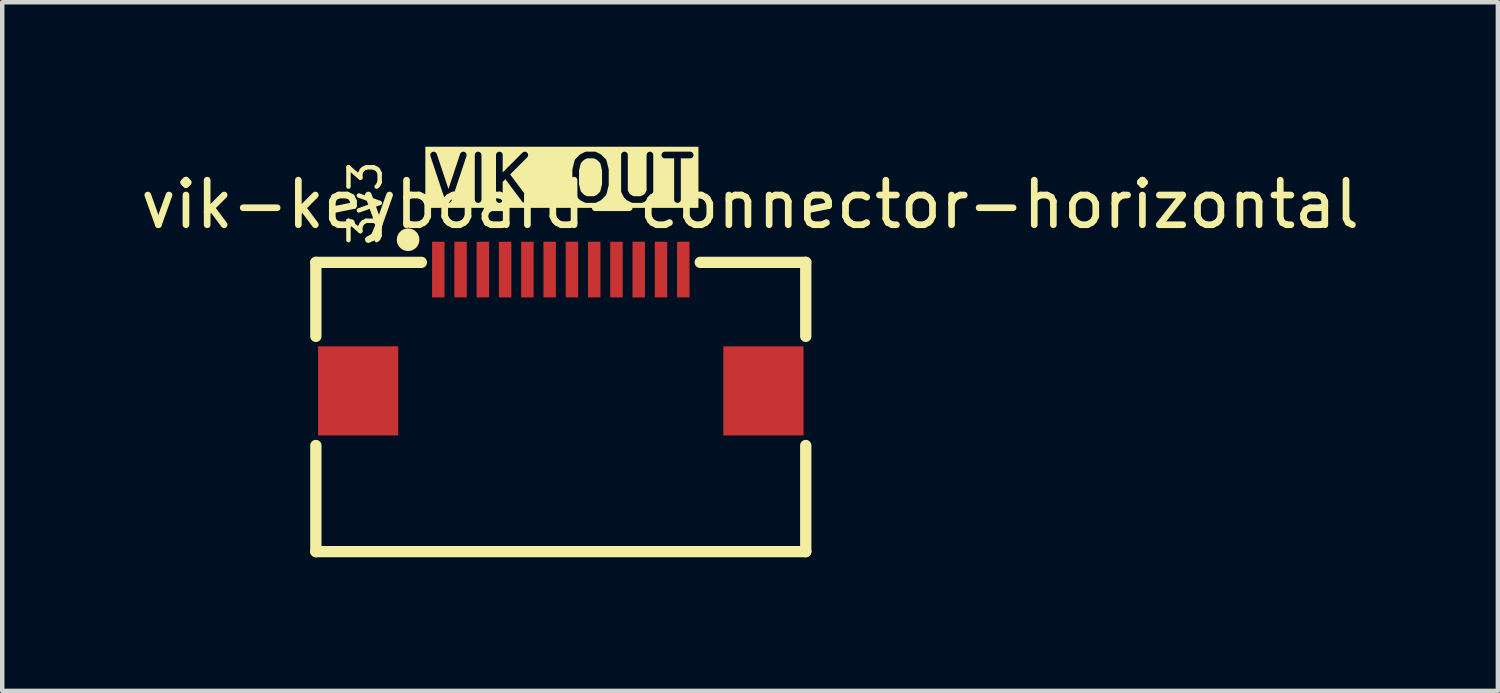
<source format=kicad_pcb>
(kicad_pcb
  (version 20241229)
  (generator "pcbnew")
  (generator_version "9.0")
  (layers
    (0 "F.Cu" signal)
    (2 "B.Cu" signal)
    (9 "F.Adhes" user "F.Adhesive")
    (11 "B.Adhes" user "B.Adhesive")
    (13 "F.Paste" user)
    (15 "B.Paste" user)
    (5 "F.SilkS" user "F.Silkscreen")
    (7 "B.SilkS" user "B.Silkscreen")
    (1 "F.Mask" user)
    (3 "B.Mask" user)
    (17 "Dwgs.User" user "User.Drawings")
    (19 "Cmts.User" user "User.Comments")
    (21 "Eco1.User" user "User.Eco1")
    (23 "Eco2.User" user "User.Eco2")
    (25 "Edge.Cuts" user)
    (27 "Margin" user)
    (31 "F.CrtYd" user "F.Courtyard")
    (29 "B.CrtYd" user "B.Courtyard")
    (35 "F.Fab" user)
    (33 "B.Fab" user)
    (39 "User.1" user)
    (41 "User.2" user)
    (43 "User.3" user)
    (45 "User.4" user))
  (footprint "vik-keyboard-connector-horizontal"
    (layer "F.Cu")
    (at 9.542 5.041)
    (property "Reference" "vik-keyboard-connector-horizontal" (at 4.25 -3.5 0) (unlocked yes) (layer "F.SilkS") (effects (font (size 1 1) (thickness 0.15))))
    (attr smd)
    (fp_line (start -5.5 -2.2) (end -3.131 -2.2) (stroke (width 0.254) (type solid)) (layer "F.SilkS"))
    (fp_line (start -5.5 -0.539) (end -5.5 -2.2) (stroke (width 0.254) (type solid)) (layer "F.SilkS"))
    (fp_line (start -5.5 4.295) (end -5.5 1.912) (stroke (width 0.254) (type solid)) (layer "F.SilkS"))
    (fp_line (start 5.5 -2.2) (end 3.131 -2.2) (stroke (width 0.254) (type solid)) (layer "F.SilkS"))
    (fp_line (start 5.5 -0.539) (end 5.5 -2.2) (stroke (width 0.254) (type solid)) (layer "F.SilkS"))
    (fp_line (start 5.5 4.295) (end -5.5 4.295) (stroke (width 0.254) (type solid)) (layer "F.SilkS"))
    (fp_line (start 5.5 4.295) (end 5.5 1.912) (stroke (width 0.254) (type solid)) (layer "F.SilkS"))
    (fp_circle (center -3.429 -2.708) (end -3.302 -2.708) (stroke (width 0.254) (type solid)) (fill no) (layer "F.SilkS"))
    (fp_text user "3v3" (at -3.977 -2.535 90) (unlocked yes) (layer "F.SilkS") (effects (font (size 0.7 0.7) (thickness 0.1)) (justify left bottom)))
    (fp_text user "VIK OUT" (at -3.05 -3.48 0) (unlocked yes) (layer "F.SilkS" knockout) (effects (font (size 1 1) (thickness 0.15)) (justify left bottom)))
    (fp_text user "C479750" (at 0 0.75 0) (layer "User.2") (effects (font (size 1 1) (thickness 0.15))))
    (pad "1" smd rect (at -2.75 -2.038) (size 0.28 1.25) (layers "F.Cu" "F.Mask" "F.Paste"))
    (pad "2" smd rect (at -2.25 -2.038) (size 0.28 1.25) (layers "F.Cu" "F.Mask" "F.Paste"))
    (pad "3" smd rect (at -1.75 -2.038) (size 0.28 1.25) (layers "F.Cu" "F.Mask" "F.Paste"))
    (pad "4" smd rect (at -1.25 -2.038) (size 0.28 1.25) (layers "F.Cu" "F.Mask" "F.Paste"))
    (pad "5" smd rect (at -0.75 -2.038) (size 0.28 1.25) (layers "F.Cu" "F.Mask" "F.Paste"))
    (pad "6" smd rect (at -0.25 -2.038) (size 0.28 1.25) (layers "F.Cu" "F.Mask" "F.Paste"))
    (pad "7" smd rect (at 0.25 -2.038) (size 0.28 1.25) (layers "F.Cu" "F.Mask" "F.Paste"))
    (pad "8" smd rect (at 0.75 -2.038) (size 0.28 1.25) (layers "F.Cu" "F.Mask" "F.Paste"))
    (pad "9" smd rect (at 1.25 -2.038) (size 0.28 1.25) (layers "F.Cu" "F.Mask" "F.Paste"))
    (pad "10" smd rect (at 1.75 -2.038) (size 0.28 1.25) (layers "F.Cu" "F.Mask" "F.Paste"))
    (pad "11" smd rect (at 2.25 -2.038) (size 0.28 1.25) (layers "F.Cu" "F.Mask" "F.Paste"))
    (pad "12" smd rect (at 2.75 -2.038) (size 0.28 1.25) (layers "F.Cu" "F.Mask" "F.Paste"))
    (pad "13" smd rect (at 4.55 0.686) (size 1.8 2) (layers "F.Cu" "F.Mask" "F.Paste"))
    (pad "14" smd rect (at -4.55 0.686) (size 1.8 2) (layers "F.Cu" "F.Mask" "F.Paste")))
  (gr_rect
    (start -3 -3)
    (end 30.583 12.463)
    (stroke (width 0.1) (type default))
    (fill no)
    (layer "Edge.Cuts")))
</source>
